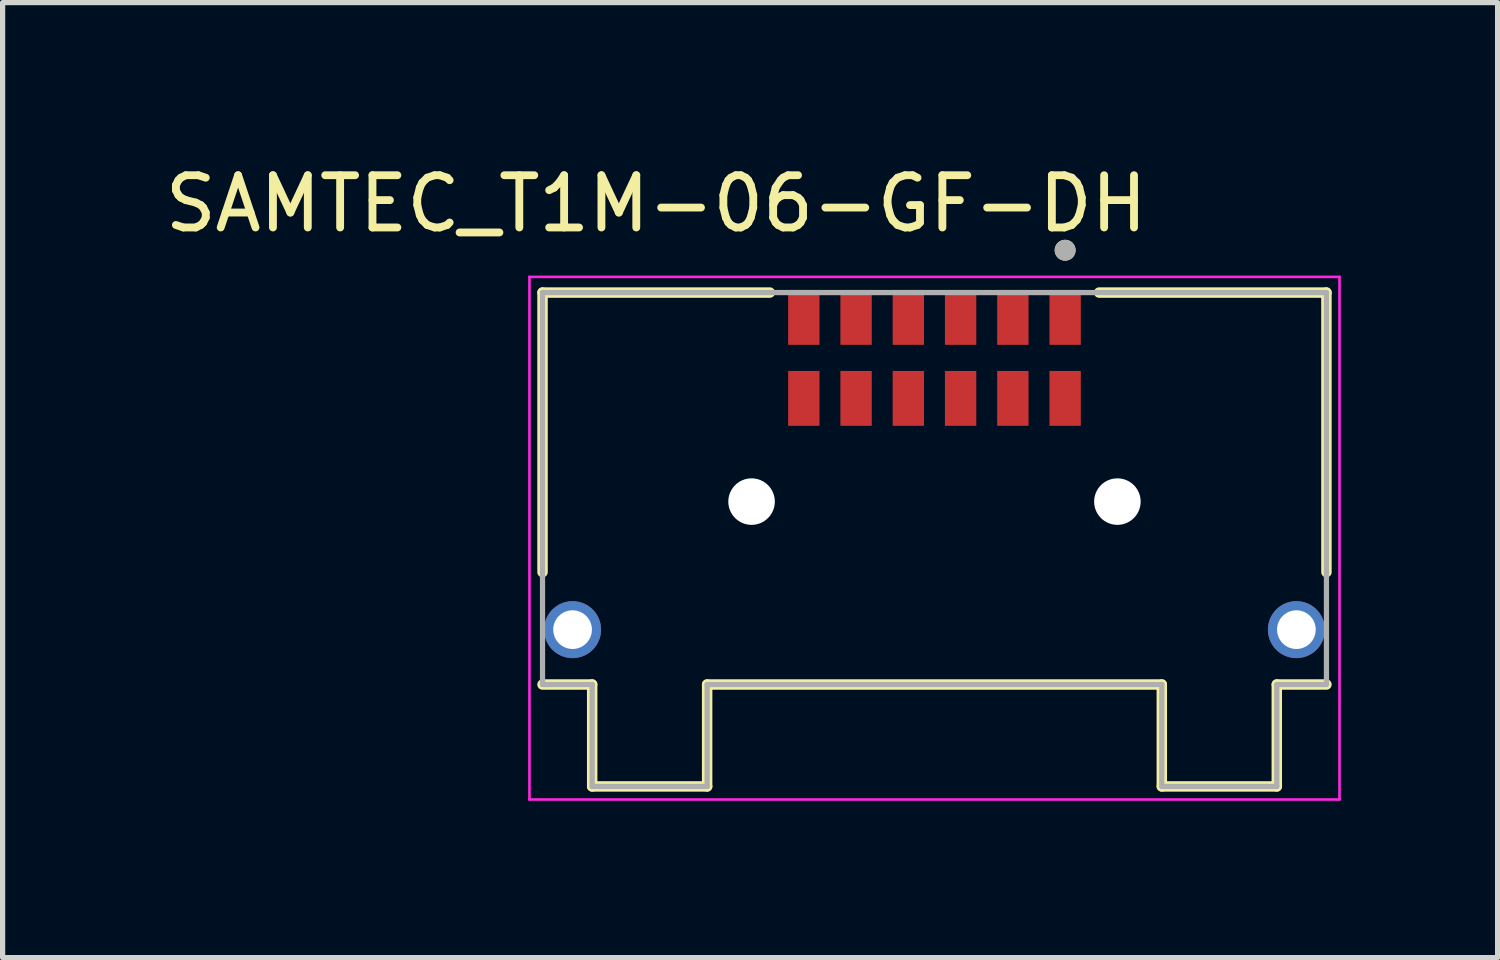
<source format=kicad_pcb>
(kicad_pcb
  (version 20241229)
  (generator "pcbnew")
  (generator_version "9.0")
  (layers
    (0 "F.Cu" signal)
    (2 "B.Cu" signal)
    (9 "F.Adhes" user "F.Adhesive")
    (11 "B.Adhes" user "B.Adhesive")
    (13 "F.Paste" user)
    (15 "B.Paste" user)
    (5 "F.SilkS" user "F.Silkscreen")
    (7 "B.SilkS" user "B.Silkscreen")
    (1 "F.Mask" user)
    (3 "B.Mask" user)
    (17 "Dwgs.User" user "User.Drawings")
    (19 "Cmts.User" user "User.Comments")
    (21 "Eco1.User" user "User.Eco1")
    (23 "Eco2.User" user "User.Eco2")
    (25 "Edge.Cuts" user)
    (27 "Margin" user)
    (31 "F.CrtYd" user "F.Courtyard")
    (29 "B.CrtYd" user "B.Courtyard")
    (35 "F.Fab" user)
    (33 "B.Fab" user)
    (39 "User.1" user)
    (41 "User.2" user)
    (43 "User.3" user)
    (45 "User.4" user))
  (footprint "SAMTEC_T1M-06-GF-DH"
    (layer "F.Cu")
    (at 14.831 3.798)
    (property "Reference" "SAMTEC_T1M-06-GF-DH" (at -5.325 -2.95 0) (layer "F.SilkS") (effects (font (size 1 1) (thickness 0.15))))
    (attr through_hole)
    (fp_line (start -7.5 -1.25) (end -3.15 -1.25) (stroke (width 0.2) (type solid)) (layer "F.SilkS"))
    (fp_line (start -7.5 4.1) (end -7.5 -1.25) (stroke (width 0.2) (type solid)) (layer "F.SilkS"))
    (fp_line (start -7.5 6.25) (end -6.55 6.25) (stroke (width 0.2) (type solid)) (layer "F.SilkS"))
    (fp_line (start -6.55 6.25) (end -6.55 8.2) (stroke (width 0.2) (type solid)) (layer "F.SilkS"))
    (fp_line (start -6.55 8.2) (end -4.35 8.2) (stroke (width 0.2) (type solid)) (layer "F.SilkS"))
    (fp_line (start -4.35 6.25) (end 4.35 6.25) (stroke (width 0.2) (type solid)) (layer "F.SilkS"))
    (fp_line (start -4.35 8.2) (end -4.35 6.25) (stroke (width 0.2) (type solid)) (layer "F.SilkS"))
    (fp_line (start 4.35 8.2) (end 4.35 6.25) (stroke (width 0.2) (type solid)) (layer "F.SilkS"))
    (fp_line (start 6.55 6.25) (end 6.55 8.2) (stroke (width 0.2) (type solid)) (layer "F.SilkS"))
    (fp_line (start 6.55 8.2) (end 4.35 8.2) (stroke (width 0.2) (type solid)) (layer "F.SilkS"))
    (fp_line (start 7.5 -1.25) (end 3.15 -1.25) (stroke (width 0.2) (type solid)) (layer "F.SilkS"))
    (fp_line (start 7.5 -1.25) (end 7.5 4.1) (stroke (width 0.2) (type solid)) (layer "F.SilkS"))
    (fp_line (start 7.5 6.25) (end 6.55 6.25) (stroke (width 0.2) (type solid)) (layer "F.SilkS"))
    (fp_circle (center 2.5 -2.06) (end 2.6 -2.06) (stroke (width 0.2) (type solid)) (fill no) (layer "F.SilkS"))
    (fp_circle (center -6.925 5.2) (end -6.55 5.2) (stroke (width 0.75) (type solid)) (fill no) (layer "F.Paste"))
    (fp_circle (center 6.925 5.2) (end 7.3 5.2) (stroke (width 0.75) (type solid)) (fill no) (layer "F.Paste"))
    (fp_line (start -7.75 -1.55) (end 7.75 -1.55) (stroke (width 0.05) (type solid)) (layer "F.CrtYd"))
    (fp_line (start -7.75 8.45) (end -7.75 -1.55) (stroke (width 0.05) (type solid)) (layer "F.CrtYd"))
    (fp_line (start 7.75 -1.55) (end 7.75 8.45) (stroke (width 0.05) (type solid)) (layer "F.CrtYd"))
    (fp_line (start 7.75 8.45) (end -7.75 8.45) (stroke (width 0.05) (type solid)) (layer "F.CrtYd"))
    (fp_line (start -7.5 -1.25) (end 7.5 -1.25) (stroke (width 0.1) (type solid)) (layer "F.Fab"))
    (fp_line (start -7.5 6.25) (end -7.5 -1.25) (stroke (width 0.1) (type solid)) (layer "F.Fab"))
    (fp_line (start -7.5 6.25) (end -6.55 6.25) (stroke (width 0.1) (type solid)) (layer "F.Fab"))
    (fp_line (start -6.55 6.25) (end -6.55 8.2) (stroke (width 0.1) (type solid)) (layer "F.Fab"))
    (fp_line (start -6.55 8.2) (end -4.35 8.2) (stroke (width 0.1) (type solid)) (layer "F.Fab"))
    (fp_line (start -4.35 6.25) (end 4.35 6.25) (stroke (width 0.1) (type solid)) (layer "F.Fab"))
    (fp_line (start -4.35 8.2) (end -4.35 6.25) (stroke (width 0.1) (type solid)) (layer "F.Fab"))
    (fp_line (start 4.35 8.2) (end 4.35 6.25) (stroke (width 0.1) (type solid)) (layer "F.Fab"))
    (fp_line (start 6.55 6.25) (end 6.55 8.2) (stroke (width 0.1) (type solid)) (layer "F.Fab"))
    (fp_line (start 6.55 8.2) (end 4.35 8.2) (stroke (width 0.1) (type solid)) (layer "F.Fab"))
    (fp_line (start 7.5 -1.25) (end 7.5 6.25) (stroke (width 0.1) (type solid)) (layer "F.Fab"))
    (fp_line (start 7.5 6.25) (end 6.55 6.25) (stroke (width 0.1) (type solid)) (layer "F.Fab"))
    (fp_circle (center 2.5 -2.06) (end 2.6 -2.06) (stroke (width 0.2) (type solid)) (fill no) (layer "F.Fab"))
    (pad "" np_thru_hole circle (at -3.5 2.75) (size 0.89 0.89) (drill 0.89) (layers "*.Cu" "*.Mask"))
    (pad "" np_thru_hole circle (at 3.5 2.75) (size 0.89 0.89) (drill 0.89) (layers "*.Cu" "*.Mask"))
    (pad "01" smd rect (at 2.5 -0.775) (size 0.6 1.05) (layers "F.Cu" "F.Mask" "F.Paste"))
    (pad "02" smd rect (at 2.5 0.775) (size 0.6 1.05) (layers "F.Cu" "F.Mask" "F.Paste"))
    (pad "03" smd rect (at 1.5 -0.775) (size 0.6 1.05) (layers "F.Cu" "F.Mask" "F.Paste"))
    (pad "04" smd rect (at 1.5 0.775) (size 0.6 1.05) (layers "F.Cu" "F.Mask" "F.Paste"))
    (pad "05" smd rect (at 0.5 -0.775) (size 0.6 1.05) (layers "F.Cu" "F.Mask" "F.Paste"))
    (pad "06" smd rect (at 0.5 0.775) (size 0.6 1.05) (layers "F.Cu" "F.Mask" "F.Paste"))
    (pad "07" smd rect (at -0.5 -0.775) (size 0.6 1.05) (layers "F.Cu" "F.Mask" "F.Paste"))
    (pad "08" smd rect (at -0.5 0.775) (size 0.6 1.05) (layers "F.Cu" "F.Mask" "F.Paste"))
    (pad "09" smd rect (at -1.5 -0.775) (size 0.6 1.05) (layers "F.Cu" "F.Mask" "F.Paste"))
    (pad "10" smd rect (at -1.5 0.775) (size 0.6 1.05) (layers "F.Cu" "F.Mask" "F.Paste"))
    (pad "11" smd rect (at -2.5 -0.775) (size 0.6 1.05) (layers "F.Cu" "F.Mask" "F.Paste"))
    (pad "12" smd rect (at -2.5 0.775) (size 0.6 1.05) (layers "F.Cu" "F.Mask" "F.Paste"))
    (pad "S1" thru_hole circle (at -6.925 5.2) (size 1.09 1.09) (drill 0.74) (layers "*.Cu" "*.Mask"))
    (pad "S2" thru_hole circle (at 6.925 5.2) (size 1.09 1.09) (drill 0.74) (layers "*.Cu" "*.Mask")))
  (gr_rect
    (start -3 -3)
    (end 25.606 15.273)
    (stroke (width 0.1) (type default))
    (fill no)
    (layer "Edge.Cuts")))
</source>
